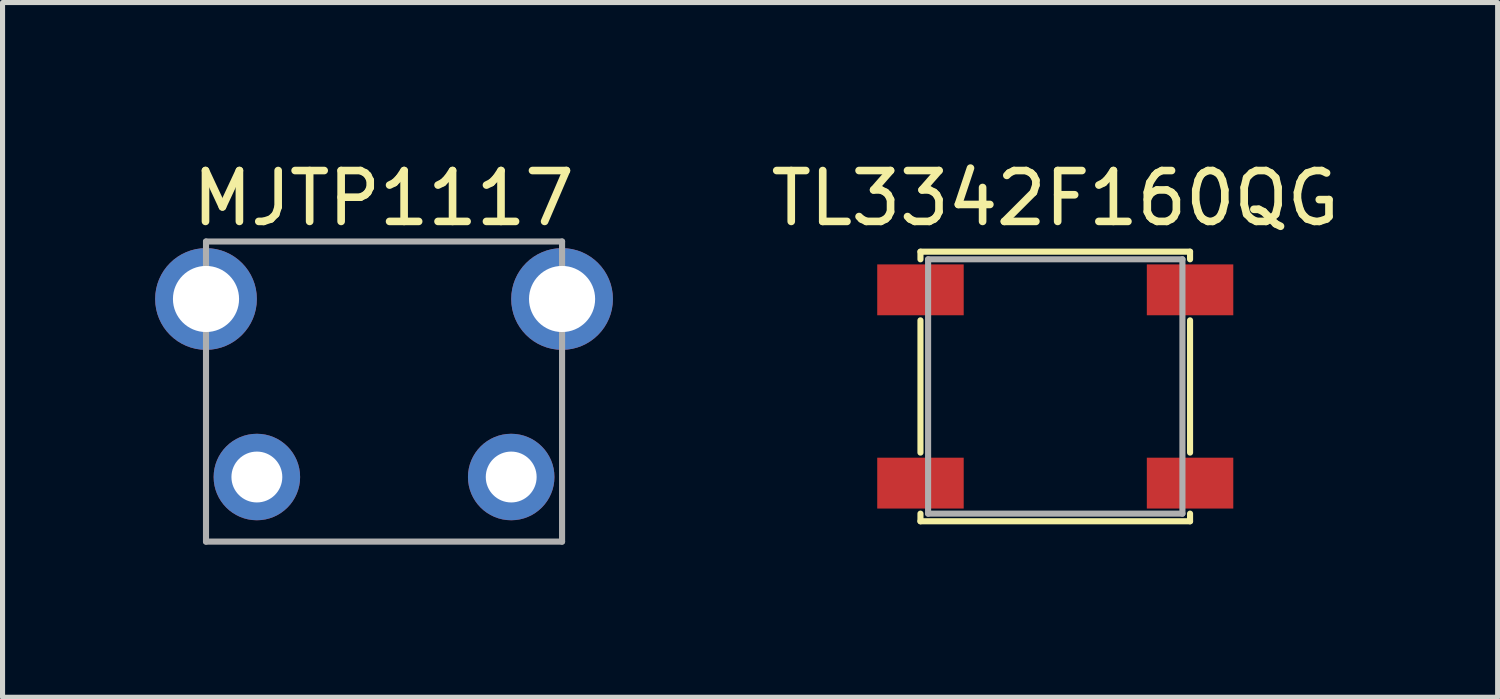
<source format=kicad_pcb>
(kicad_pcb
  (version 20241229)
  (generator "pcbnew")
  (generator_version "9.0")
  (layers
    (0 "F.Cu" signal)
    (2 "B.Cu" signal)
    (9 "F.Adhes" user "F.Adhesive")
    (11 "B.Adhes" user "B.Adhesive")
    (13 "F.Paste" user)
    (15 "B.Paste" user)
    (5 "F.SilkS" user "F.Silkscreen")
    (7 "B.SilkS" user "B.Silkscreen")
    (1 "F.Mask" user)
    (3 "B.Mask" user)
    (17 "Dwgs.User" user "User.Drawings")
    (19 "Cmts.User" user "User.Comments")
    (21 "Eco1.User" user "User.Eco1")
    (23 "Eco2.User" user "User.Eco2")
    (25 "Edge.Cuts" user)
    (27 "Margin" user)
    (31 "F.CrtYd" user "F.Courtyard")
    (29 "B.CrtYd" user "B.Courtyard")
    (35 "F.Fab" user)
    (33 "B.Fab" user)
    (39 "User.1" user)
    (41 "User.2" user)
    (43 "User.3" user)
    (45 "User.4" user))
  (footprint "TL3342F160QG"
    (layer "F.Cu")
    (at 17.696 4.548)
    (property "Reference" "TL3342F160QG" (at 0 -3.7 0) (layer "F.SilkS") (effects (font (size 1 1) (thickness 0.15))))
    (attr through_hole)
    (fp_line (start -2.65 -2.65) (end 2.65 -2.65) (stroke (width 0.12) (type solid)) (layer "F.SilkS"))
    (fp_line (start -2.65 -2.5) (end -2.65 -2.65) (stroke (width 0.12) (type solid)) (layer "F.SilkS"))
    (fp_line (start -2.65 -1.3) (end -2.65 1.3) (stroke (width 0.12) (type solid)) (layer "F.SilkS"))
    (fp_line (start -2.65 2.65) (end -2.65 2.5) (stroke (width 0.12) (type solid)) (layer "F.SilkS"))
    (fp_line (start 2.65 -2.65) (end 2.65 -2.5) (stroke (width 0.12) (type solid)) (layer "F.SilkS"))
    (fp_line (start 2.65 -1.3) (end 2.65 1.3) (stroke (width 0.12) (type solid)) (layer "F.SilkS"))
    (fp_line (start 2.65 2.5) (end 2.65 2.65) (stroke (width 0.12) (type solid)) (layer "F.SilkS"))
    (fp_line (start 2.65 2.65) (end -2.65 2.65) (stroke (width 0.12) (type solid)) (layer "F.SilkS"))
    (fp_line (start -2.5 -2.5) (end -2.5 2.5) (stroke (width 0.12) (type solid)) (layer "F.Fab"))
    (fp_line (start -2.5 2.5) (end 2.5 2.5) (stroke (width 0.12) (type solid)) (layer "F.Fab"))
    (fp_line (start 2.5 -2.5) (end -2.5 -2.5) (stroke (width 0.12) (type solid)) (layer "F.Fab"))
    (fp_line (start 2.5 2.5) (end 2.5 -2.5) (stroke (width 0.12) (type solid)) (layer "F.Fab"))
    (pad "1" smd rect (at -2.65 1.9) (size 1.7 1) (layers "F.Cu" "F.Mask" "F.Paste"))
    (pad "1" smd rect (at 2.65 1.9) (size 1.7 1) (layers "F.Cu" "F.Mask" "F.Paste"))
    (pad "2" smd rect (at -2.65 -1.9) (size 1.7 1) (layers "F.Cu" "F.Mask" "F.Paste"))
    (pad "2" smd rect (at 2.65 -1.9) (size 1.7 1) (layers "F.Cu" "F.Mask" "F.Paste")))
  (footprint "MJTP1117"
    (layer "F.Cu")
    (at 4.5 4.328)
    (property "Reference" "MJTP1117" (at -0.01 -3.48 0) (layer "F.SilkS") (effects (font (size 1 1) (thickness 0.15))))
    (attr through_hole)
    (fp_line (start -3.5 -2.63) (end -3.5 3.27) (stroke (width 0.12) (type solid)) (layer "F.Fab"))
    (fp_line (start -3.5 3.27) (end 3.5 3.27) (stroke (width 0.12) (type solid)) (layer "F.Fab"))
    (fp_line (start 3.5 -2.63) (end -3.5 -2.63) (stroke (width 0.12) (type solid)) (layer "F.Fab"))
    (fp_line (start 3.5 3.27) (end 3.5 -2.63) (stroke (width 0.12) (type solid)) (layer "F.Fab"))
    (pad "" thru_hole circle (at -3.5 -1.5) (size 2 2) (drill 1.3) (layers "*.Cu" "*.Mask"))
    (pad "" thru_hole circle (at 3.5 -1.5) (size 2 2) (drill 1.3) (layers "*.Cu" "*.Mask"))
    (pad "1" thru_hole circle (at -2.5 2) (size 1.7 1.7) (drill 1) (layers "*.Cu" "*.Mask"))
    (pad "2" thru_hole circle (at 2.5 2) (size 1.7 1.7) (drill 1) (layers "*.Cu" "*.Mask")))
  (gr_rect
    (start -3 -3)
    (end 26.393 10.658)
    (stroke (width 0.1) (type default))
    (fill no)
    (layer "Edge.Cuts")))
</source>
